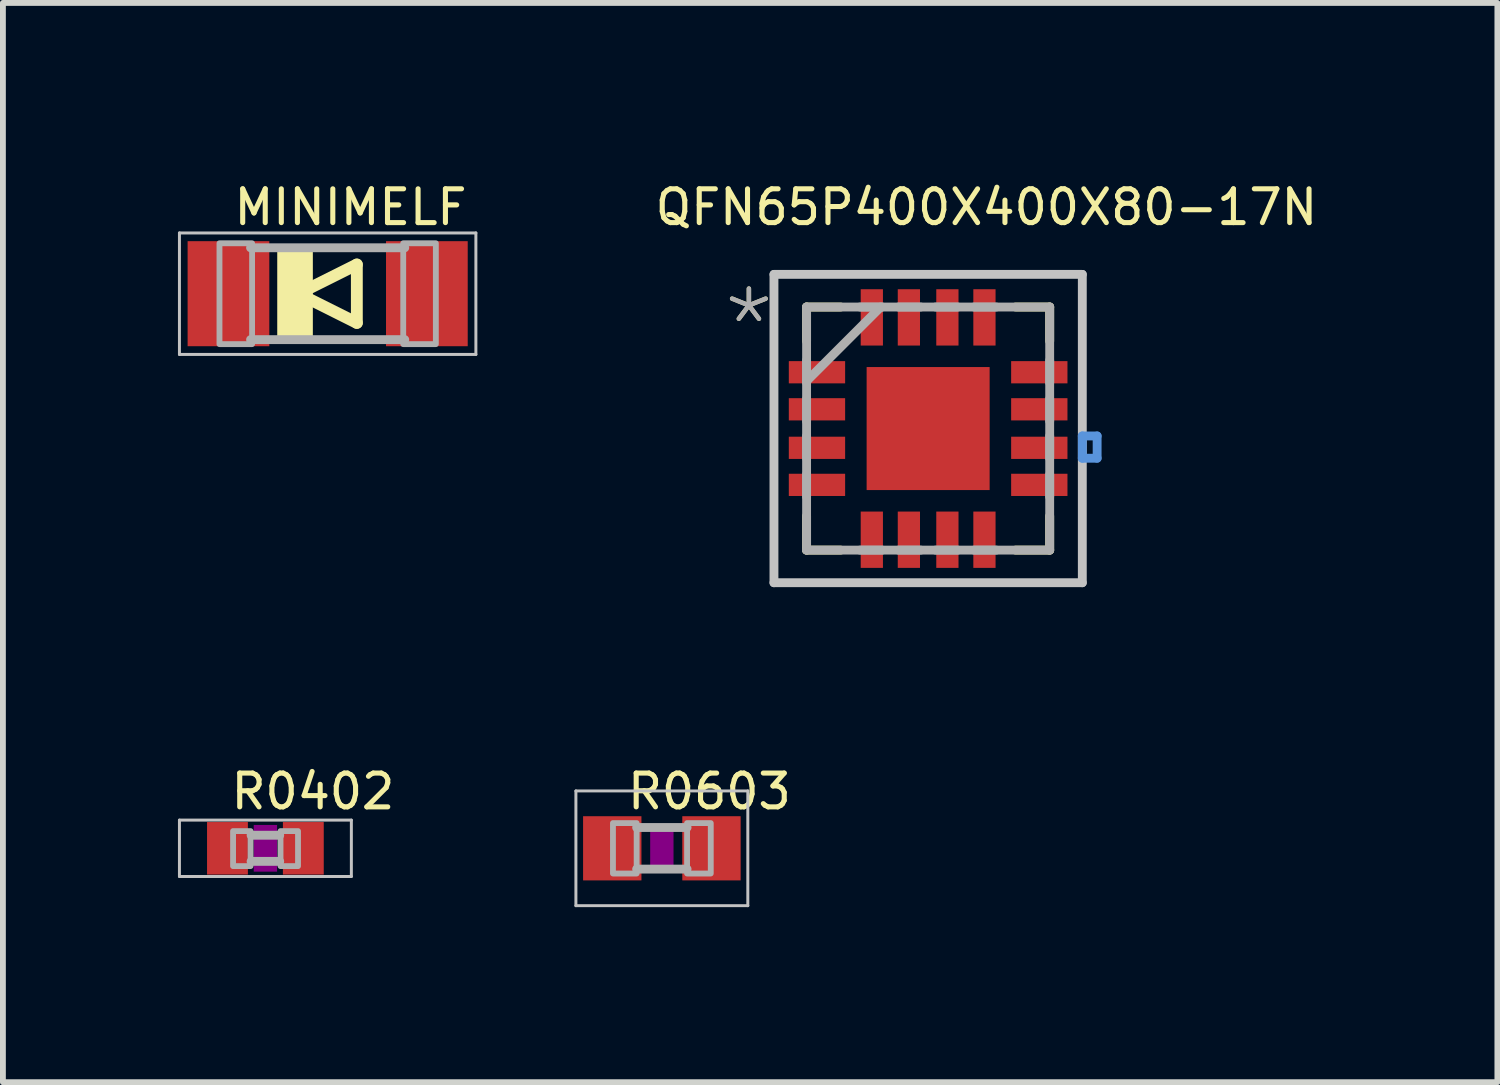
<source format=kicad_pcb>
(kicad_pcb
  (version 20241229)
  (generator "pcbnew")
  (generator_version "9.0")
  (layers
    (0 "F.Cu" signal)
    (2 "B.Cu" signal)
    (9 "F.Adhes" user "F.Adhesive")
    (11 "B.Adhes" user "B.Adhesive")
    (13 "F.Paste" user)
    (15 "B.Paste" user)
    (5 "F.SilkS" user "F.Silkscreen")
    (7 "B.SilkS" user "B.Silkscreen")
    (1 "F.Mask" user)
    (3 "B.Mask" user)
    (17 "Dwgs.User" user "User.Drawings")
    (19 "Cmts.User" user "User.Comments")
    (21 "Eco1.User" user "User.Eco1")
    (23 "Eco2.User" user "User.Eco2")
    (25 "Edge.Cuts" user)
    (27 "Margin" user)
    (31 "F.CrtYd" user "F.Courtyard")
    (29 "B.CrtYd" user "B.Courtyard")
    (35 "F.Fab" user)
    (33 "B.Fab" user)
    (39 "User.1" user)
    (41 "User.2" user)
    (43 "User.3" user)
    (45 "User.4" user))
  (footprint "MINIMELF"
    (layer "F.Cu")
    (at 2.565 1.983)
    (property "Reference" "MINIMELF" (at -1.651 -1.143 180) (layer "F.SilkS") (effects (font (size 0.579 0.579) (thickness 0.087)) (justify left bottom)))
    (attr through_hole)
    (fp_line (start -0.5 0) (end 0.5 0.5) (stroke (width 0.203) (type solid)) (layer "F.SilkS"))
    (fp_line (start 0.5 -0.5) (end -0.5 0) (stroke (width 0.203) (type solid)) (layer "F.SilkS"))
    (fp_line (start 0.5 0.5) (end 0.5 -0.5) (stroke (width 0.203) (type solid)) (layer "F.SilkS"))
    (fp_poly (pts (xy -0.864 0.787) (xy -0.254 0.787) (xy -0.254 -0.787) (xy -0.864 -0.787)) (stroke (width 0) (type solid)) (fill yes) (layer "F.SilkS"))
    (fp_line (start -2.54 -1.041) (end 2.54 -1.041) (stroke (width 0.051) (type solid)) (layer "Dwgs.User"))
    (fp_line (start -2.54 1.041) (end -2.54 -1.041) (stroke (width 0.051) (type solid)) (layer "Dwgs.User"))
    (fp_line (start 2.54 -1.041) (end 2.54 1.041) (stroke (width 0.051) (type solid)) (layer "Dwgs.User"))
    (fp_line (start 2.54 1.041) (end -2.54 1.041) (stroke (width 0.051) (type solid)) (layer "Dwgs.User"))
    (fp_line (start 1.321 -0.787) (end -1.321 -0.787) (stroke (width 0.152) (type solid)) (layer "F.Fab"))
    (fp_line (start 1.321 0.787) (end -1.321 0.787) (stroke (width 0.152) (type solid)) (layer "F.Fab"))
    (fp_poly (pts (xy -1.854 0.864) (xy -1.295 0.864) (xy -1.295 -0.864) (xy -1.854 -0.864)) (stroke (width 0.1) (type solid)) (fill no) (layer "F.Fab"))
    (fp_poly (pts (xy 1.295 0.864) (xy 1.854 0.864) (xy 1.854 -0.864) (xy 1.295 -0.864)) (stroke (width 0.1) (type solid)) (fill no) (layer "F.Fab"))
    (pad "A" smd rect (at 1.7 0) (size 1.4 1.8) (layers "F.Cu" "F.Mask" "F.Paste"))
    (pad "C" smd rect (at -1.7 0) (size 1.4 1.8) (layers "F.Cu" "F.Mask" "F.Paste")))
  (footprint "R0603"
    (layer "F.Cu")
    (at 8.292 11.487)
    (property "Reference" "R0603" (at -0.635 -0.635 180) (layer "F.SilkS") (effects (font (size 0.579 0.579) (thickness 0.087)) (justify left bottom)))
    (attr through_hole)
    (fp_poly (pts (xy -0.2 0.4) (xy 0.2 0.4) (xy 0.2 -0.4) (xy -0.2 -0.4)) (stroke (width 0) (type solid)) (fill yes) (layer "F.Adhes"))
    (fp_line (start -1.473 -0.983) (end 1.473 -0.983) (stroke (width 0.051) (type solid)) (layer "Dwgs.User"))
    (fp_line (start -1.473 0.983) (end -1.473 -0.983) (stroke (width 0.051) (type solid)) (layer "Dwgs.User"))
    (fp_line (start 1.473 -0.983) (end 1.473 0.983) (stroke (width 0.051) (type solid)) (layer "Dwgs.User"))
    (fp_line (start 1.473 0.983) (end -1.473 0.983) (stroke (width 0.051) (type solid)) (layer "Dwgs.User"))
    (fp_line (start -0.432 0.356) (end 0.432 0.356) (stroke (width 0.152) (type solid)) (layer "F.Fab"))
    (fp_line (start 0.432 -0.356) (end -0.432 -0.356) (stroke (width 0.152) (type solid)) (layer "F.Fab"))
    (fp_poly (pts (xy -0.838 0.432) (xy -0.432 0.432) (xy -0.432 -0.432) (xy -0.838 -0.432)) (stroke (width 0.1) (type solid)) (fill no) (layer "F.Fab"))
    (fp_poly (pts (xy 0.432 0.432) (xy 0.838 0.432) (xy 0.838 -0.432) (xy 0.432 -0.432)) (stroke (width 0.1) (type solid)) (fill no) (layer "F.Fab"))
    (pad "1" smd rect (at -0.85 0) (size 1 1.1) (layers "F.Cu" "F.Mask" "F.Paste"))
    (pad "2" smd rect (at 0.85 0) (size 1 1.1) (layers "F.Cu" "F.Mask" "F.Paste")))
  (footprint "QFN65P400X400X80-17N"
    (layer "F.Cu")
    (at 12.855 4.294)
    (property "Reference" "QFN65P400X400X80-17N" (at -4.724 -3.454 0) (layer "F.SilkS") (effects (font (size 0.579 0.579) (thickness 0.087)) (justify left bottom)))
    (attr through_hole)
    (fp_line (start -2.083 -2.083) (end -2.083 -1.499) (stroke (width 0.152) (type solid)) (layer "F.SilkS"))
    (fp_line (start -2.083 1.499) (end -2.083 2.083) (stroke (width 0.152) (type solid)) (layer "F.SilkS"))
    (fp_line (start -2.083 2.083) (end -1.499 2.083) (stroke (width 0.152) (type solid)) (layer "F.SilkS"))
    (fp_line (start -1.499 -2.083) (end -2.083 -2.083) (stroke (width 0.152) (type solid)) (layer "F.SilkS"))
    (fp_line (start 1.499 2.083) (end 2.083 2.083) (stroke (width 0.152) (type solid)) (layer "F.SilkS"))
    (fp_line (start 2.083 -2.083) (end 1.499 -2.083) (stroke (width 0.152) (type solid)) (layer "F.SilkS"))
    (fp_line (start 2.083 -1.499) (end 2.083 -2.083) (stroke (width 0.152) (type solid)) (layer "F.SilkS"))
    (fp_line (start 2.083 2.083) (end 2.083 1.499) (stroke (width 0.152) (type solid)) (layer "F.SilkS"))
    (fp_line (start -2.642 -2.642) (end 2.642 -2.642) (stroke (width 0.152) (type solid)) (layer "Dwgs.User"))
    (fp_line (start -2.642 2.642) (end -2.642 -2.642) (stroke (width 0.152) (type solid)) (layer "Dwgs.User"))
    (fp_line (start 2.642 -2.642) (end 2.642 2.642) (stroke (width 0.152) (type solid)) (layer "Dwgs.User"))
    (fp_line (start 2.642 2.642) (end -2.642 2.642) (stroke (width 0.152) (type solid)) (layer "Dwgs.User"))
    (fp_line (start 2.642 0.127) (end 2.896 0.127) (stroke (width 0.152) (type solid)) (layer "Cmts.User"))
    (fp_line (start 2.642 0.508) (end 2.642 0.127) (stroke (width 0.152) (type solid)) (layer "Cmts.User"))
    (fp_line (start 2.896 0.127) (end 2.896 0.508) (stroke (width 0.152) (type solid)) (layer "Cmts.User"))
    (fp_line (start 2.896 0.508) (end 2.642 0.508) (stroke (width 0.152) (type solid)) (layer "Cmts.User"))
    (fp_line (start -2.083 -2.083) (end -2.083 2.083) (stroke (width 0.152) (type solid)) (layer "F.Fab"))
    (fp_line (start -2.083 -1.168) (end -2.083 -0.787) (stroke (width 0.152) (type solid)) (layer "F.Fab"))
    (fp_line (start -2.083 -0.813) (end -0.813 -2.083) (stroke (width 0.152) (type solid)) (layer "F.Fab"))
    (fp_line (start -2.083 -0.508) (end -2.083 -0.127) (stroke (width 0.152) (type solid)) (layer "F.Fab"))
    (fp_line (start -2.083 0.127) (end -2.083 0.508) (stroke (width 0.152) (type solid)) (layer "F.Fab"))
    (fp_line (start -2.083 0.787) (end -2.083 1.168) (stroke (width 0.152) (type solid)) (layer "F.Fab"))
    (fp_line (start -2.083 2.083) (end 2.083 2.083) (stroke (width 0.152) (type solid)) (layer "F.Fab"))
    (fp_line (start -1.168 2.083) (end -0.787 2.083) (stroke (width 0.152) (type solid)) (layer "F.Fab"))
    (fp_line (start -0.787 -2.083) (end -1.168 -2.083) (stroke (width 0.152) (type solid)) (layer "F.Fab"))
    (fp_line (start -0.508 2.083) (end -0.127 2.083) (stroke (width 0.152) (type solid)) (layer "F.Fab"))
    (fp_line (start -0.127 -2.083) (end -0.508 -2.083) (stroke (width 0.152) (type solid)) (layer "F.Fab"))
    (fp_line (start 0.127 2.083) (end 0.508 2.083) (stroke (width 0.152) (type solid)) (layer "F.Fab"))
    (fp_line (start 0.508 -2.083) (end 0.127 -2.083) (stroke (width 0.152) (type solid)) (layer "F.Fab"))
    (fp_line (start 0.787 2.083) (end 1.168 2.083) (stroke (width 0.152) (type solid)) (layer "F.Fab"))
    (fp_line (start 1.168 -2.083) (end 0.787 -2.083) (stroke (width 0.152) (type solid)) (layer "F.Fab"))
    (fp_line (start 2.083 -2.083) (end -2.083 -2.083) (stroke (width 0.152) (type solid)) (layer "F.Fab"))
    (fp_line (start 2.083 -0.787) (end 2.083 -1.168) (stroke (width 0.152) (type solid)) (layer "F.Fab"))
    (fp_line (start 2.083 -0.127) (end 2.083 -0.508) (stroke (width 0.152) (type solid)) (layer "F.Fab"))
    (fp_line (start 2.083 0.508) (end 2.083 0.127) (stroke (width 0.152) (type solid)) (layer "F.Fab"))
    (fp_line (start 2.083 1.168) (end 2.083 0.787) (stroke (width 0.152) (type solid)) (layer "F.Fab"))
    (fp_line (start 2.083 2.083) (end 2.083 -2.083) (stroke (width 0.152) (type solid)) (layer "F.Fab"))
    (fp_text user "*" (at -3.581 -1.041 0) (layer "F.SilkS") (effects (font (size 1.206 1.206) (thickness 0.076)) (justify left bottom)))
    (fp_text user "*" (at -3.581 -1.041 0) (layer "F.Fab") (effects (font (size 1.206 1.206) (thickness 0.076)) (justify left bottom)))
    (pad "1" smd rect (at -1.905 -0.965 270) (size 0.381 0.965) (layers "F.Cu" "F.Mask" "F.Paste"))
    (pad "2" smd rect (at -1.905 -0.33 270) (size 0.381 0.965) (layers "F.Cu" "F.Mask" "F.Paste"))
    (pad "3" smd rect (at -1.905 0.33 270) (size 0.381 0.965) (layers "F.Cu" "F.Mask" "F.Paste"))
    (pad "4" smd rect (at -1.905 0.965 270) (size 0.381 0.965) (layers "F.Cu" "F.Mask" "F.Paste"))
    (pad "5" smd rect (at -0.965 1.905 180) (size 0.381 0.965) (layers "F.Cu" "F.Mask" "F.Paste"))
    (pad "6" smd rect (at -0.33 1.905 180) (size 0.381 0.965) (layers "F.Cu" "F.Mask" "F.Paste"))
    (pad "7" smd rect (at 0.33 1.905 180) (size 0.381 0.965) (layers "F.Cu" "F.Mask" "F.Paste"))
    (pad "8" smd rect (at 0.965 1.905 180) (size 0.381 0.965) (layers "F.Cu" "F.Mask" "F.Paste"))
    (pad "9" smd rect (at 1.905 0.965 270) (size 0.381 0.965) (layers "F.Cu" "F.Mask" "F.Paste"))
    (pad "10" smd rect (at 1.905 0.33 270) (size 0.381 0.965) (layers "F.Cu" "F.Mask" "F.Paste"))
    (pad "11" smd rect (at 1.905 -0.33 270) (size 0.381 0.965) (layers "F.Cu" "F.Mask" "F.Paste"))
    (pad "12" smd rect (at 1.905 -0.965 270) (size 0.381 0.965) (layers "F.Cu" "F.Mask" "F.Paste"))
    (pad "13" smd rect (at 0.965 -1.905 180) (size 0.381 0.965) (layers "F.Cu" "F.Mask" "F.Paste"))
    (pad "14" smd rect (at 0.33 -1.905 180) (size 0.381 0.965) (layers "F.Cu" "F.Mask" "F.Paste"))
    (pad "15" smd rect (at -0.33 -1.905 180) (size 0.381 0.965) (layers "F.Cu" "F.Mask" "F.Paste"))
    (pad "16" smd rect (at -0.965 -1.905 180) (size 0.381 0.965) (layers "F.Cu" "F.Mask" "F.Paste"))
    (pad "17" smd rect (at 0 0) (size 2.108 2.108) (layers "F.Cu" "F.Mask" "F.Paste")))
  (footprint "R0402"
    (layer "F.Cu")
    (at 1.498 11.487)
    (property "Reference" "R0402" (at -0.635 -0.635 180) (layer "F.SilkS") (effects (font (size 0.579 0.579) (thickness 0.087)) (justify left bottom)))
    (attr through_hole)
    (fp_poly (pts (xy -0.2 0.4) (xy 0.2 0.4) (xy 0.2 -0.4) (xy -0.2 -0.4)) (stroke (width 0) (type solid)) (fill yes) (layer "F.Adhes"))
    (fp_line (start -1.473 -0.483) (end 1.473 -0.483) (stroke (width 0.051) (type solid)) (layer "Dwgs.User"))
    (fp_line (start -1.473 0.483) (end -1.473 -0.483) (stroke (width 0.051) (type solid)) (layer "Dwgs.User"))
    (fp_line (start 1.473 -0.483) (end 1.473 0.483) (stroke (width 0.051) (type solid)) (layer "Dwgs.User"))
    (fp_line (start 1.473 0.483) (end -1.473 0.483) (stroke (width 0.051) (type solid)) (layer "Dwgs.User"))
    (fp_line (start -0.245 -0.224) (end 0.245 -0.224) (stroke (width 0.152) (type solid)) (layer "F.Fab"))
    (fp_line (start 0.245 0.224) (end -0.245 0.224) (stroke (width 0.152) (type solid)) (layer "F.Fab"))
    (fp_poly (pts (xy -0.554 0.305) (xy -0.254 0.305) (xy -0.254 -0.295) (xy -0.554 -0.295)) (stroke (width 0.1) (type solid)) (fill no) (layer "F.Fab"))
    (fp_poly (pts (xy 0.259 0.305) (xy 0.559 0.305) (xy 0.559 -0.295) (xy 0.259 -0.295)) (stroke (width 0.1) (type solid)) (fill no) (layer "F.Fab"))
    (pad "1" smd rect (at -0.65 0) (size 0.7 0.9) (layers "F.Cu" "F.Mask" "F.Paste"))
    (pad "2" smd rect (at 0.65 0) (size 0.7 0.9) (layers "F.Cu" "F.Mask" "F.Paste")))
  (gr_rect
    (start -3 -3)
    (end 22.61 15.495)
    (stroke (width 0.1) (type default))
    (fill no)
    (layer "Edge.Cuts")))
</source>
